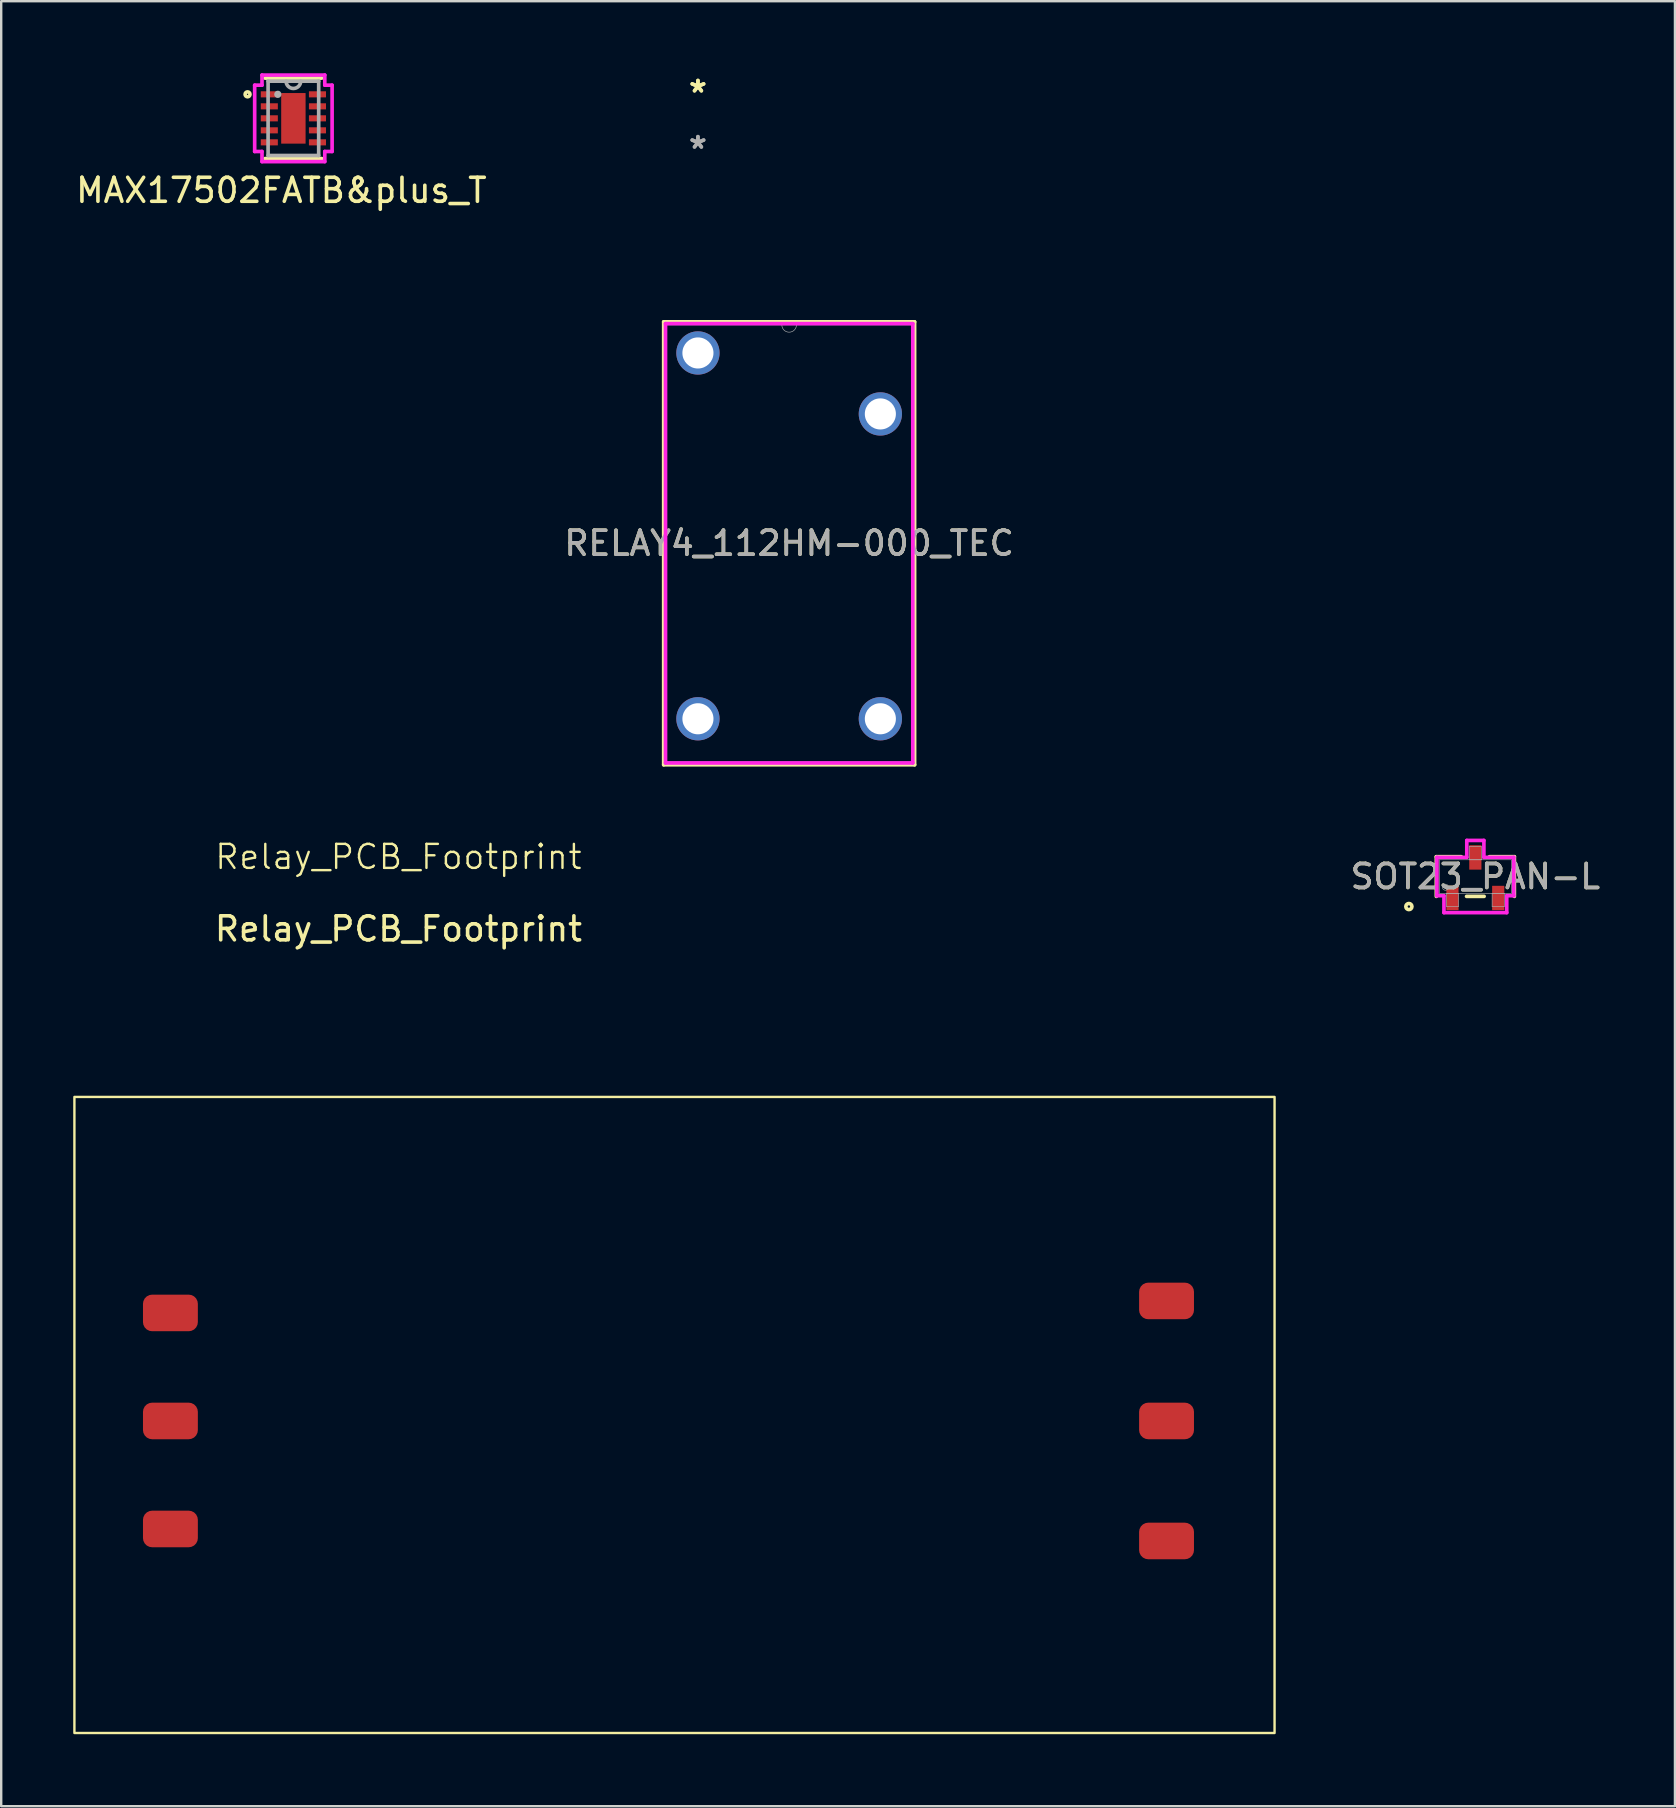
<source format=kicad_pcb>
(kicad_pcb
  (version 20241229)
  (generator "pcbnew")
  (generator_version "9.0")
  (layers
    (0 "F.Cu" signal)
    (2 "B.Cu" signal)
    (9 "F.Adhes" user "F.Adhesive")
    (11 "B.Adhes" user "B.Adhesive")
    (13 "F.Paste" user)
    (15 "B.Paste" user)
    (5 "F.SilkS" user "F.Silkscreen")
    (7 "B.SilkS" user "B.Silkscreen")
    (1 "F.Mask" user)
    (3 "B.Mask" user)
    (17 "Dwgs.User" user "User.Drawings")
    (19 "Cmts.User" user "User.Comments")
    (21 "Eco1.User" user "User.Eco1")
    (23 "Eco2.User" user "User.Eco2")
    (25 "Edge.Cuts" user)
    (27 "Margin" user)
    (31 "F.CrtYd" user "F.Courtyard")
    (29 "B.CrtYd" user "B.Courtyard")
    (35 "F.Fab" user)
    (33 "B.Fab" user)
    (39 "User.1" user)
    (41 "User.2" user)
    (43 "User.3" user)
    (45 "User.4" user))
  (footprint "Relay_PCB_Footprint"
    (layer "F.Cu")
    (at 25.05 42.649)
    (property "Reference" "Relay_PCB_Footprint" (at -11.5 -10 0) (unlocked yes) (layer "F.SilkS") (effects (font (size 1 1) (thickness 0.1))))
    (attr smd)
    (fp_rect (start -25 0) (end 25 26.5) (stroke (width 0.1) (type default)) (fill no) (layer "F.SilkS"))
    (fp_text user "${REFERENCE}" (at -11.5 -7 0) (unlocked yes) (layer "F.SilkS") (effects (font (size 1 1) (thickness 0.15))))
    (pad "1" smd roundrect (at -21 9) (size 2.286 1.524) (layers "F.Cu" "F.Mask" "F.Paste") (roundrect_rratio 0.25))
    (pad "2" smd roundrect (at -21 13.5) (size 2.286 1.524) (layers "F.Cu" "F.Mask" "F.Paste") (roundrect_rratio 0.25))
    (pad "3" smd roundrect (at -21 18) (size 2.286 1.524) (layers "F.Cu" "F.Mask" "F.Paste") (roundrect_rratio 0.25))
    (pad "4" smd roundrect (at 20.5 8.5) (size 2.286 1.524) (layers "F.Cu" "F.Mask" "F.Paste") (roundrect_rratio 0.25))
    (pad "5" smd roundrect (at 20.5 13.5) (size 2.286 1.524) (layers "F.Cu" "F.Mask" "F.Paste") (roundrect_rratio 0.25))
    (pad "6" smd roundrect (at 20.5 18.5) (size 2.286 1.524) (layers "F.Cu" "F.Mask" "F.Paste") (roundrect_rratio 0.25)))
  (footprint "MAX17502FATB&plus_T"
    (layer "F.Cu")
    (at 9.173 1.88)
    (property "Reference" "MAX17502FATB&plus_T" (at -0.5 3 0) (layer "F.SilkS") (effects (font (size 1 1) (thickness 0.15))))
    (attr through_hole)
    (fp_line (start -1.181 1.676) (end 1.181 1.676) (stroke (width 0.152) (type solid)) (layer "F.SilkS"))
    (fp_line (start 1.181 -1.676) (end -1.181 -1.676) (stroke (width 0.152) (type solid)) (layer "F.SilkS"))
    (fp_circle (center -1.91 -1) (end -1.808 -1) (stroke (width 0.152) (type solid)) (fill no) (layer "F.SilkS"))
    (fp_line (start -1.613 -1.381) (end -1.308 -1.381) (stroke (width 0.152) (type solid)) (layer "F.CrtYd"))
    (fp_line (start -1.613 1.381) (end -1.613 -1.381) (stroke (width 0.152) (type solid)) (layer "F.CrtYd"))
    (fp_line (start -1.613 1.381) (end -1.308 1.381) (stroke (width 0.152) (type solid)) (layer "F.CrtYd"))
    (fp_line (start -1.308 -1.803) (end 1.308 -1.803) (stroke (width 0.152) (type solid)) (layer "F.CrtYd"))
    (fp_line (start -1.308 -1.381) (end -1.308 -1.803) (stroke (width 0.152) (type solid)) (layer "F.CrtYd"))
    (fp_line (start -1.308 1.803) (end -1.308 1.381) (stroke (width 0.152) (type solid)) (layer "F.CrtYd"))
    (fp_line (start 1.308 -1.803) (end 1.308 -1.381) (stroke (width 0.152) (type solid)) (layer "F.CrtYd"))
    (fp_line (start 1.308 1.381) (end 1.308 1.803) (stroke (width 0.152) (type solid)) (layer "F.CrtYd"))
    (fp_line (start 1.308 1.803) (end -1.308 1.803) (stroke (width 0.152) (type solid)) (layer "F.CrtYd"))
    (fp_line (start 1.613 -1.381) (end 1.308 -1.381) (stroke (width 0.152) (type solid)) (layer "F.CrtYd"))
    (fp_line (start 1.613 -1.381) (end 1.613 1.381) (stroke (width 0.152) (type solid)) (layer "F.CrtYd"))
    (fp_line (start 1.613 1.381) (end 1.308 1.381) (stroke (width 0.152) (type solid)) (layer "F.CrtYd"))
    (fp_line (start -1.054 -1.549) (end -1.054 1.549) (stroke (width 0.152) (type solid)) (layer "F.Fab"))
    (fp_line (start -1.054 1.549) (end 1.054 1.549) (stroke (width 0.152) (type solid)) (layer "F.Fab"))
    (fp_line (start 1.054 -1.549) (end -1.054 -1.549) (stroke (width 0.152) (type solid)) (layer "F.Fab"))
    (fp_line (start 1.054 1.549) (end 1.054 -1.549) (stroke (width 0.152) (type solid)) (layer "F.Fab"))
    (fp_arc (start 0.3048 -1.5494) (mid 0 -1.2446) (end -0.3048 -1.5494) (stroke (width 0.1524) (type solid)) (layer "F.Fab"))
    (fp_circle (center -0.648 -1) (end -0.572 -1) (stroke (width 0.152) (type solid)) (fill no) (layer "F.Fab"))
    (fp_text user "Copyright 2016 Accelerated Designs. All rights reserved." (at 0 0 0) (layer "Cmts.User") (effects (font (size 0.127 0.127) (thickness 0.002))))
    (pad "1" smd rect (at -1.003 -1) (size 0.711 0.254) (layers "F.Cu" "F.Mask" "F.Paste"))
    (pad "2" smd rect (at -1.003 -0.5) (size 0.711 0.254) (layers "F.Cu" "F.Mask" "F.Paste"))
    (pad "3" smd rect (at -1.003 0) (size 0.711 0.254) (layers "F.Cu" "F.Mask" "F.Paste"))
    (pad "4" smd rect (at -1.003 0.5) (size 0.711 0.254) (layers "F.Cu" "F.Mask" "F.Paste"))
    (pad "5" smd rect (at -1.003 1) (size 0.711 0.254) (layers "F.Cu" "F.Mask" "F.Paste"))
    (pad "6" smd rect (at 1.003 1) (size 0.711 0.254) (layers "F.Cu" "F.Mask" "F.Paste"))
    (pad "7" smd rect (at 1.003 0.5) (size 0.711 0.254) (layers "F.Cu" "F.Mask" "F.Paste"))
    (pad "8" smd rect (at 1.003 0) (size 0.711 0.254) (layers "F.Cu" "F.Mask" "F.Paste"))
    (pad "9" smd rect (at 1.003 -0.5) (size 0.711 0.254) (layers "F.Cu" "F.Mask" "F.Paste"))
    (pad "10" smd rect (at 1.003 -1) (size 0.711 0.254) (layers "F.Cu" "F.Mask" "F.Paste"))
    (pad "11" smd rect (at 0 0) (size 1.016 2.108) (layers "F.Cu" "F.Mask" "F.Paste")))
  (footprint "RELAY4_112HM-000_TEC"
    (layer "F.Cu")
    (at 33.627 27.515)
    (property "Reference" "RELAY4_112HM-000_TEC" (at -3.8 -7.93 0) (unlocked yes) (layer "F.SilkS") (effects (font (size 1 1) (thickness 0.15))))
    (attr through_hole)
    (fp_line (start -9.027 -17.157) (end -9.027 1.297) (stroke (width 0.152) (type solid)) (layer "F.SilkS"))
    (fp_line (start -9.027 1.297) (end 1.427 1.297) (stroke (width 0.152) (type solid)) (layer "F.SilkS"))
    (fp_line (start 1.427 -17.157) (end -9.027 -17.157) (stroke (width 0.152) (type solid)) (layer "F.SilkS"))
    (fp_line (start 1.427 1.297) (end 1.427 -17.157) (stroke (width 0.152) (type solid)) (layer "F.SilkS"))
    (fp_line (start -8.951 -17.081) (end 1.351 -17.081) (stroke (width 0.152) (type solid)) (layer "F.CrtYd"))
    (fp_line (start -8.951 1.221) (end -8.951 -17.081) (stroke (width 0.152) (type solid)) (layer "F.CrtYd"))
    (fp_line (start 1.351 -17.081) (end 1.351 1.221) (stroke (width 0.152) (type solid)) (layer "F.CrtYd"))
    (fp_line (start 1.351 1.221) (end -8.951 1.221) (stroke (width 0.152) (type solid)) (layer "F.CrtYd"))
    (fp_line (start -8.9 -17.03) (end -8.9 1.17) (stroke (width 0.025) (type solid)) (layer "F.Fab"))
    (fp_line (start -8.9 1.17) (end 1.3 1.17) (stroke (width 0.025) (type solid)) (layer "F.Fab"))
    (fp_line (start 1.3 -17.03) (end -8.9 -17.03) (stroke (width 0.025) (type solid)) (layer "F.Fab"))
    (fp_line (start 1.3 1.17) (end 1.3 -17.03) (stroke (width 0.025) (type solid)) (layer "F.Fab"))
    (fp_arc (start -3.4952 -17.030003) (mid -3.8 -16.725203) (end -4.1048 -17.030003) (stroke (width 0.0254) (type solid)) (layer "F.Fab"))
    (fp_text user "*" (at -7.6 -26.667 0) (layer "F.SilkS") (effects (font (size 1 1) (thickness 0.15))))
    (fp_text user "*" (at -7.6 -26.667 0) (unlocked yes) (layer "F.SilkS") (effects (font (size 1 1) (thickness 0.15))))
    (fp_text user "*" (at -7.6 -24.327 0) (layer "F.Fab") (effects (font (size 1 1) (thickness 0.15))))
    (fp_text user "*" (at -7.6 -24.327 0) (unlocked yes) (layer "F.Fab") (effects (font (size 1 1) (thickness 0.15))))
    (fp_text user "${REFERENCE}" (at -3.8 -7.93 0) (unlocked yes) (layer "F.Fab") (effects (font (size 1 1) (thickness 0.15))))
    (pad "1" thru_hole circle (at -7.6 -15.86) (size 1.803 1.803) (drill 1.295) (layers "*.Cu" "*.Mask"))
    (pad "2" thru_hole circle (at -7.6 -0.62) (size 1.803 1.803) (drill 1.295) (layers "*.Cu" "*.Mask"))
    (pad "3" thru_hole circle (at 0 -0.62) (size 1.803 1.803) (drill 1.295) (layers "*.Cu" "*.Mask"))
    (pad "4" thru_hole circle (at 0 -13.32) (size 1.803 1.803) (drill 1.295) (layers "*.Cu" "*.Mask")))
  (footprint "SOT23_PAN-L"
    (layer "F.Cu")
    (at 58.415 33.468)
    (property "Reference" "SOT23_PAN-L" (at 0 0 0) (unlocked yes) (layer "F.SilkS") (effects (font (size 1 1) (thickness 0.15))))
    (attr smd)
    (fp_line (start -1.626 -0.826) (end -1.626 0.826) (stroke (width 0.152) (type solid)) (layer "F.SilkS"))
    (fp_line (start -0.587 -0.826) (end -1.626 -0.826) (stroke (width 0.152) (type solid)) (layer "F.SilkS"))
    (fp_line (start -0.366 0.826) (end 0.366 0.826) (stroke (width 0.152) (type solid)) (layer "F.SilkS"))
    (fp_line (start 1.626 -0.826) (end 0.587 -0.826) (stroke (width 0.152) (type solid)) (layer "F.SilkS"))
    (fp_line (start 1.626 0.826) (end 1.626 -0.826) (stroke (width 0.152) (type solid)) (layer "F.SilkS"))
    (fp_circle (center -2.769 1.25) (end -2.642 1.25) (stroke (width 0.152) (type solid)) (fill no) (layer "F.SilkS"))
    (fp_line (start -1.6 -0.8) (end -0.356 -0.8) (stroke (width 0.152) (type solid)) (layer "F.CrtYd"))
    (fp_line (start -1.6 0.8) (end -1.6 -0.8) (stroke (width 0.152) (type solid)) (layer "F.CrtYd"))
    (fp_line (start -1.6 0.8) (end -1.308 0.8) (stroke (width 0.152) (type solid)) (layer "F.CrtYd"))
    (fp_line (start -1.308 0.8) (end -1.308 1.504) (stroke (width 0.152) (type solid)) (layer "F.CrtYd"))
    (fp_line (start -1.308 1.504) (end 1.308 1.504) (stroke (width 0.152) (type solid)) (layer "F.CrtYd"))
    (fp_line (start -0.356 -1.504) (end 0.356 -1.504) (stroke (width 0.152) (type solid)) (layer "F.CrtYd"))
    (fp_line (start -0.356 -0.8) (end -0.356 -1.504) (stroke (width 0.152) (type solid)) (layer "F.CrtYd"))
    (fp_line (start 0.356 -0.8) (end 0.356 -1.504) (stroke (width 0.152) (type solid)) (layer "F.CrtYd"))
    (fp_line (start 1.308 0.8) (end 1.308 1.504) (stroke (width 0.152) (type solid)) (layer "F.CrtYd"))
    (fp_line (start 1.6 -0.8) (end 0.356 -0.8) (stroke (width 0.152) (type solid)) (layer "F.CrtYd"))
    (fp_line (start 1.6 -0.8) (end 1.6 0.8) (stroke (width 0.152) (type solid)) (layer "F.CrtYd"))
    (fp_line (start 1.6 0.8) (end 1.308 0.8) (stroke (width 0.152) (type solid)) (layer "F.CrtYd"))
    (fp_line (start -1.499 -0.699) (end -1.499 0.699) (stroke (width 0.025) (type solid)) (layer "F.Fab"))
    (fp_line (start -1.499 0.699) (end 1.499 0.699) (stroke (width 0.025) (type solid)) (layer "F.Fab"))
    (fp_line (start -1.206 0.699) (end -1.206 1.25) (stroke (width 0.025) (type solid)) (layer "F.Fab"))
    (fp_line (start -1.206 1.25) (end -0.699 1.25) (stroke (width 0.025) (type solid)) (layer "F.Fab"))
    (fp_line (start -0.699 0.699) (end -1.206 0.699) (stroke (width 0.025) (type solid)) (layer "F.Fab"))
    (fp_line (start -0.699 1.25) (end -0.699 0.699) (stroke (width 0.025) (type solid)) (layer "F.Fab"))
    (fp_line (start -0.254 -1.25) (end -0.254 -0.699) (stroke (width 0.025) (type solid)) (layer "F.Fab"))
    (fp_line (start -0.254 -0.699) (end 0.254 -0.699) (stroke (width 0.025) (type solid)) (layer "F.Fab"))
    (fp_line (start 0.254 -1.25) (end -0.254 -1.25) (stroke (width 0.025) (type solid)) (layer "F.Fab"))
    (fp_line (start 0.254 -0.699) (end 0.254 -1.25) (stroke (width 0.025) (type solid)) (layer "F.Fab"))
    (fp_line (start 0.699 0.699) (end 0.699 1.25) (stroke (width 0.025) (type solid)) (layer "F.Fab"))
    (fp_line (start 0.699 1.25) (end 1.206 1.25) (stroke (width 0.025) (type solid)) (layer "F.Fab"))
    (fp_line (start 1.206 0.699) (end 0.699 0.699) (stroke (width 0.025) (type solid)) (layer "F.Fab"))
    (fp_line (start 1.206 1.25) (end 1.206 0.699) (stroke (width 0.025) (type solid)) (layer "F.Fab"))
    (fp_line (start 1.499 -0.699) (end -1.499 -0.699) (stroke (width 0.025) (type solid)) (layer "F.Fab"))
    (fp_line (start 1.499 0.699) (end 1.499 -0.699) (stroke (width 0.025) (type solid)) (layer "F.Fab"))
    (fp_circle (center -1.245 0.445) (end -1.118 0.445) (stroke (width 0.025) (type solid)) (fill no) (layer "F.Fab"))
    (fp_text user "${REFERENCE}" (at 0 0 0) (unlocked yes) (layer "F.Fab") (effects (font (size 1 1) (thickness 0.15))))
    (pad "1" smd rect (at -0.953 0.894) (size 0.508 1.016) (layers "F.Cu" "F.Mask" "F.Paste"))
    (pad "2" smd rect (at 0.953 0.894) (size 0.508 1.016) (layers "F.Cu" "F.Mask" "F.Paste"))
    (pad "3" smd rect (at 0 -0.796) (size 0.508 1.016) (layers "F.Cu" "F.Mask" "F.Paste")))
  (gr_rect
    (start -3 -3)
    (end 66.731 72.199)
    (stroke (width 0.1) (type default))
    (fill no)
    (layer "Edge.Cuts")))
</source>
